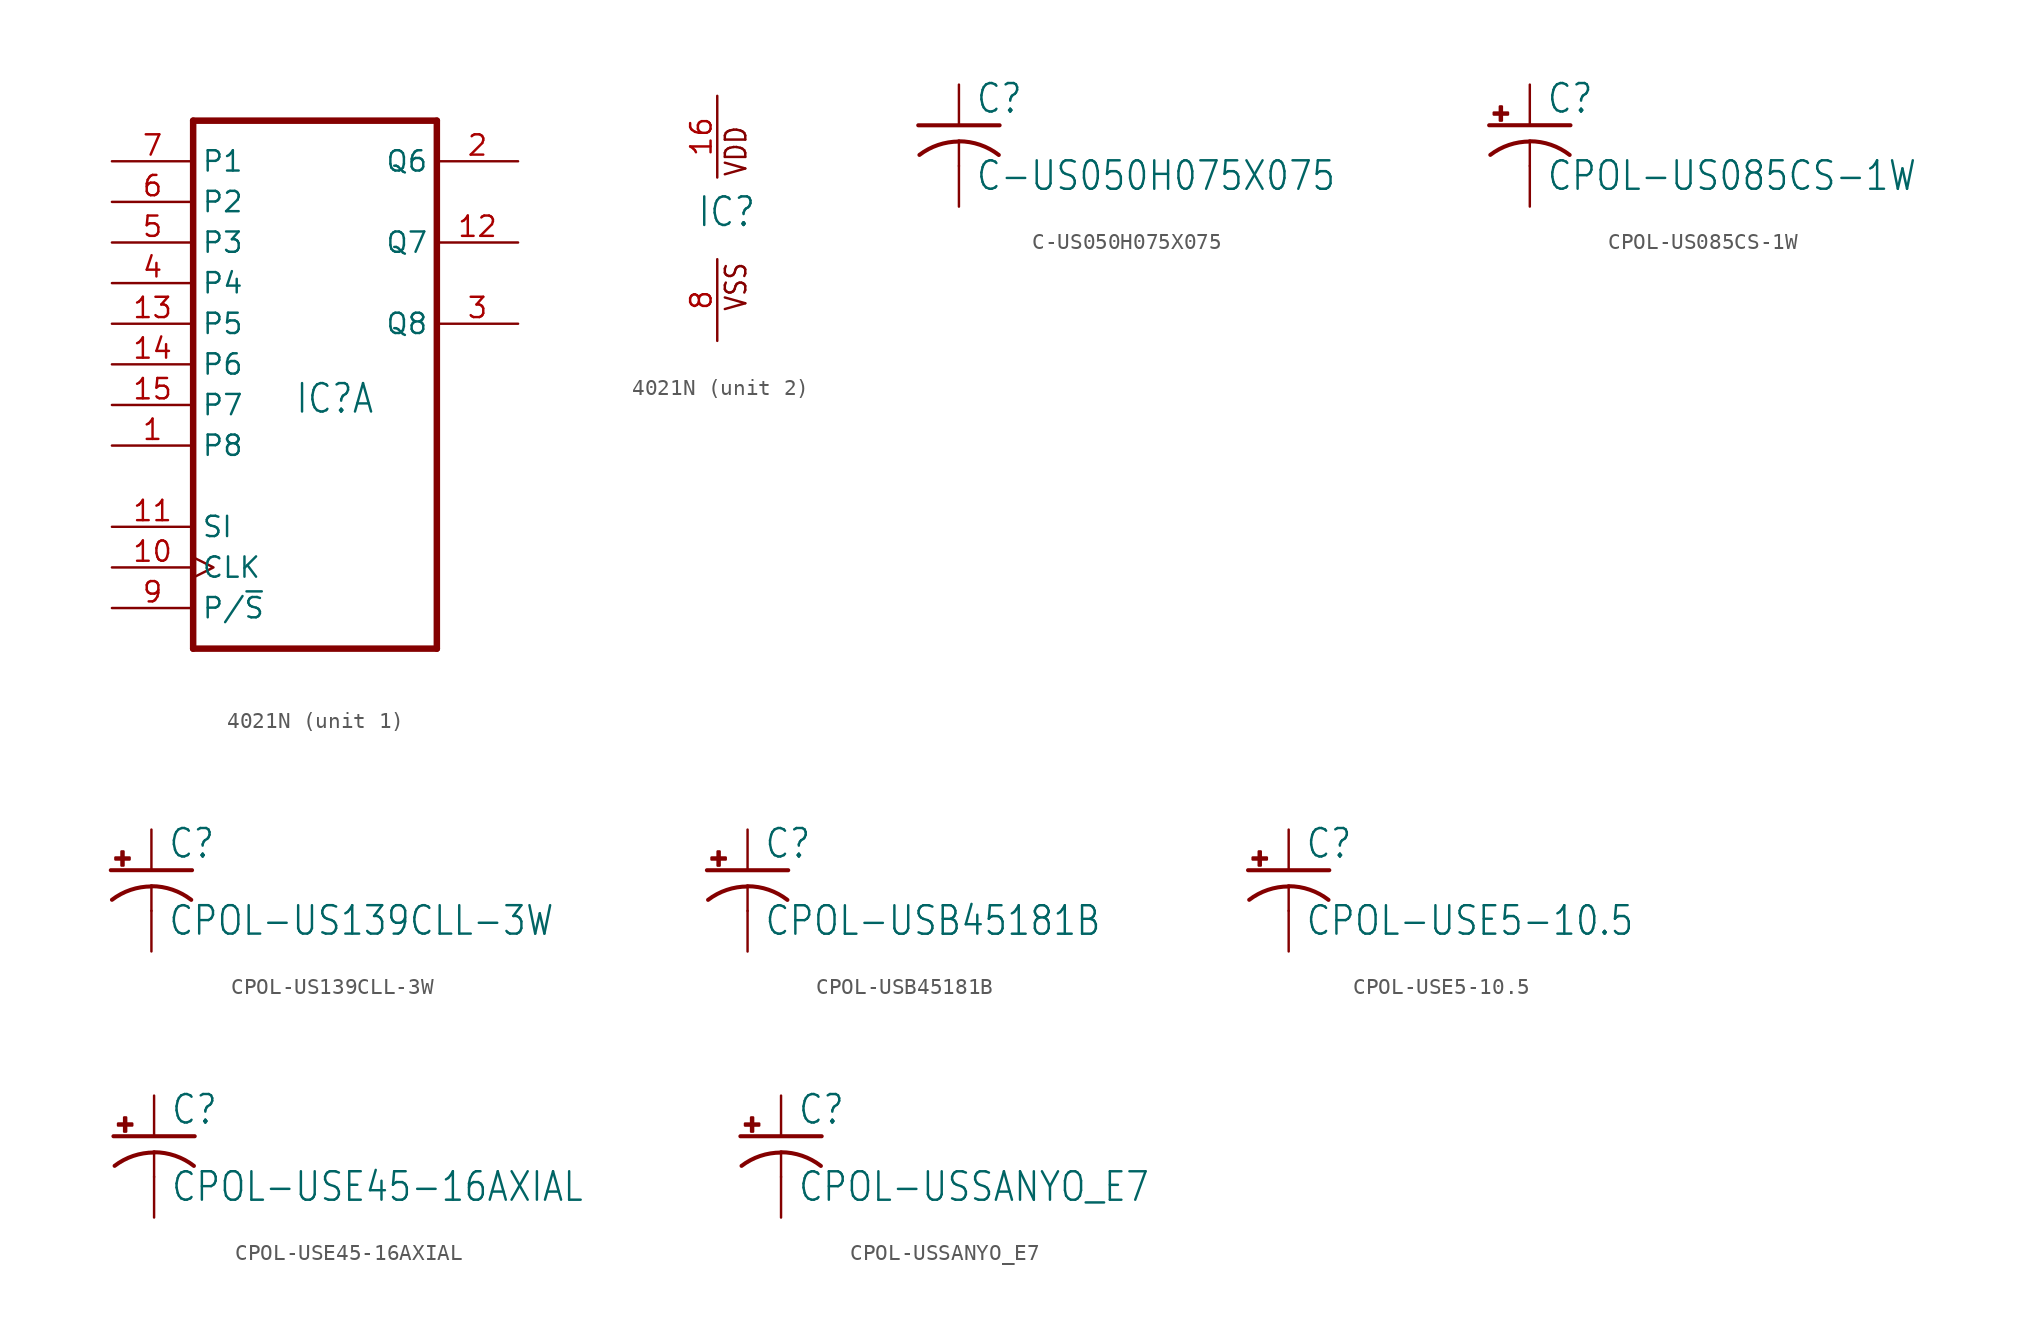
<source format=kicad_sym>
(kicad_symbol_lib
  (version 20211014)
  (generator kicad_symbol_editor)
  (symbol "4021N"
    (property "Reference" "IC"
      (at -1.27 -0.635 0)
      (effects (font (size 1.778 1.511)) (justify left bottom)))
    (property "ki_locked" ""
      (at 0 0 0)
      (effects (font (size 1.27 1.27))))
    (symbol "4021N_1_0"
      (polyline (pts (xy -7.62 -15.24) (xy 7.62 -15.24)) (stroke (width 0.406) (type default) (color 0 0 0 0)) (fill (type none)))
      (polyline (pts (xy -7.62 17.78) (xy -7.62 -15.24)) (stroke (width 0.406) (type default) (color 0 0 0 0)) (fill (type none)))
      (polyline (pts (xy 7.62 -15.24) (xy 7.62 17.78)) (stroke (width 0.406) (type default) (color 0 0 0 0)) (fill (type none)))
      (polyline (pts (xy 7.62 17.78) (xy -7.62 17.78)) (stroke (width 0.406) (type default) (color 0 0 0 0)) (fill (type none)))
      (pin input line (at -12.7 -2.54 0) (length 5.08) (name "P8" (effects (font (size 1.27 1.27)))) (number "1" (effects (font (size 1.27 1.27)))))
      (pin input clock (at -12.7 -10.16 0) (length 5.08) (name "CLK" (effects (font (size 1.27 1.27)))) (number "10" (effects (font (size 1.27 1.27)))))
      (pin input line (at -12.7 -7.62 0) (length 5.08) (name "SI" (effects (font (size 1.27 1.27)))) (number "11" (effects (font (size 1.27 1.27)))))
      (pin output line (at 12.7 10.16 180) (length 5.08) (name "Q7" (effects (font (size 1.27 1.27)))) (number "12" (effects (font (size 1.27 1.27)))))
      (pin input line (at -12.7 5.08 0) (length 5.08) (name "P5" (effects (font (size 1.27 1.27)))) (number "13" (effects (font (size 1.27 1.27)))))
      (pin input line (at -12.7 2.54 0) (length 5.08) (name "P6" (effects (font (size 1.27 1.27)))) (number "14" (effects (font (size 1.27 1.27)))))
      (pin input line (at -12.7 0 0) (length 5.08) (name "P7" (effects (font (size 1.27 1.27)))) (number "15" (effects (font (size 1.27 1.27)))))
      (pin output line (at 12.7 15.24 180) (length 5.08) (name "Q6" (effects (font (size 1.27 1.27)))) (number "2" (effects (font (size 1.27 1.27)))))
      (pin output line (at 12.7 5.08 180) (length 5.08) (name "Q8" (effects (font (size 1.27 1.27)))) (number "3" (effects (font (size 1.27 1.27)))))
      (pin input line (at -12.7 7.62 0) (length 5.08) (name "P4" (effects (font (size 1.27 1.27)))) (number "4" (effects (font (size 1.27 1.27)))))
      (pin input line (at -12.7 10.16 0) (length 5.08) (name "P3" (effects (font (size 1.27 1.27)))) (number "5" (effects (font (size 1.27 1.27)))))
      (pin input line (at -12.7 12.7 0) (length 5.08) (name "P2" (effects (font (size 1.27 1.27)))) (number "6" (effects (font (size 1.27 1.27)))))
      (pin input line (at -12.7 15.24 0) (length 5.08) (name "P1" (effects (font (size 1.27 1.27)))) (number "7" (effects (font (size 1.27 1.27)))))
      (pin input line (at -12.7 -12.7 0) (length 5.08) (name "P/~{S}" (effects (font (size 1.27 1.27)))) (number "9" (effects (font (size 1.27 1.27))))))
    (symbol "4021N_2_0"
      (text "VDD" (at 1.905 2.54 900) (effects (font (size 1.27 1.079)) (justify left bottom)))
      (text "VSS" (at 1.905 -5.842 900) (effects (font (size 1.27 1.079)) (justify left bottom)))
      (pin power_in line (at 0 7.62 270) (length 5.08) (name "VDD" (effects (font (size 0 0)))) (number "16" (effects (font (size 1.27 1.27)))))
      (pin power_in line (at 0 -7.62 90) (length 5.08) (name "VSS" (effects (font (size 0 0)))) (number "8" (effects (font (size 1.27 1.27)))))))
  (symbol "C-US050H075X075"
    (property "Reference" "C"
      (at 1.016 0.635 0)
      (effects (font (size 1.778 1.511)) (justify left bottom)))
    (property "Value" "C-US050H075X075"
      (at 1.016 -4.191 0)
      (effects (font (size 1.778 1.511)) (justify left bottom)))
    (property "ki_locked" ""
      (at 0 0 0)
      (effects (font (size 1.27 1.27))))
    (symbol "C-US050H075X075_1_0"
      (arc (start 0 -1.0161) (mid -1.302 -1.2303) (end -2.4668 -1.8504) (stroke (width 0.254) (type default) (color 0 0 0 0)) (fill (type none)))
      (polyline (pts (xy -2.54 0) (xy 2.54 0)) (stroke (width 0.254) (type default) (color 0 0 0 0)) (fill (type none)))
      (polyline (pts (xy 0 -1.016) (xy 0 -2.54)) (stroke (width 0.152) (type default) (color 0 0 0 0)) (fill (type none)))
      (arc (start 2.4892 -1.8542) (mid 1.3158 -1.2195) (end 0 -1) (stroke (width 0.254) (type default) (color 0 0 0 0)) (fill (type none)))
      (pin passive line (at 0 2.54 270) (length 2.54) (name "1" (effects (font (size 0 0)))) (number "1" (effects (font (size 0 0)))))
      (pin passive line (at 0 -5.08 90) (length 2.54) (name "2" (effects (font (size 0 0)))) (number "2" (effects (font (size 0 0)))))))
  (symbol "CPOL-US085CS-1W"
    (property "Reference" "C"
      (at 1.016 0.635 0)
      (effects (font (size 1.778 1.511)) (justify left bottom)))
    (property "Value" "CPOL-US085CS-1W"
      (at 1.016 -4.191 0)
      (effects (font (size 1.778 1.511)) (justify left bottom)))
    (property "ki_locked" ""
      (at 0 0 0)
      (effects (font (size 1.27 1.27))))
    (symbol "CPOL-US085CS-1W_1_0"
      (rectangle (start -2.253 0.668) (end -1.364 0.795) (stroke (width 0) (type default) (color 0 0 0 0)) (fill (type outline)))
      (rectangle (start -1.872 0.287) (end -1.745 1.176) (stroke (width 0) (type default) (color 0 0 0 0)) (fill (type outline)))
      (arc (start 0 -1.0161) (mid -1.3021 -1.2302) (end -2.4669 -1.8504) (stroke (width 0.254) (type default) (color 0 0 0 0)) (fill (type none)))
      (polyline (pts (xy -2.54 0) (xy 2.54 0)) (stroke (width 0.254) (type default) (color 0 0 0 0)) (fill (type none)))
      (polyline (pts (xy 0 -1.016) (xy 0 -2.54)) (stroke (width 0.152) (type default) (color 0 0 0 0)) (fill (type none)))
      (arc (start 2.4892 -1.8542) (mid 1.3158 -1.2195) (end 0 -1) (stroke (width 0.254) (type default) (color 0 0 0 0)) (fill (type none)))
      (pin passive line (at 0 2.54 270) (length 2.54) (name "+" (effects (font (size 0 0)))) (number "+" (effects (font (size 0 0)))))
      (pin passive line (at 0 -5.08 90) (length 2.54) (name "-" (effects (font (size 0 0)))) (number "-" (effects (font (size 0 0)))))))
  (symbol "CPOL-US139CLL-3W"
    (property "Reference" "C"
      (at 1.016 0.635 0)
      (effects (font (size 1.778 1.511)) (justify left bottom)))
    (property "Value" "CPOL-US139CLL-3W"
      (at 1.016 -4.191 0)
      (effects (font (size 1.778 1.511)) (justify left bottom)))
    (property "ki_locked" ""
      (at 0 0 0)
      (effects (font (size 1.27 1.27))))
    (symbol "CPOL-US139CLL-3W_1_0"
      (rectangle (start -2.253 0.668) (end -1.364 0.795) (stroke (width 0) (type default) (color 0 0 0 0)) (fill (type outline)))
      (rectangle (start -1.872 0.287) (end -1.745 1.176) (stroke (width 0) (type default) (color 0 0 0 0)) (fill (type outline)))
      (arc (start 0 -1.0161) (mid -1.3021 -1.2302) (end -2.4669 -1.8504) (stroke (width 0.254) (type default) (color 0 0 0 0)) (fill (type none)))
      (polyline (pts (xy -2.54 0) (xy 2.54 0)) (stroke (width 0.254) (type default) (color 0 0 0 0)) (fill (type none)))
      (polyline (pts (xy 0 -1.016) (xy 0 -2.54)) (stroke (width 0.152) (type default) (color 0 0 0 0)) (fill (type none)))
      (arc (start 2.4892 -1.8542) (mid 1.3158 -1.2195) (end 0 -1) (stroke (width 0.254) (type default) (color 0 0 0 0)) (fill (type none)))
      (pin passive line (at 0 2.54 270) (length 2.54) (name "+" (effects (font (size 0 0)))) (number "+" (effects (font (size 0 0)))))
      (pin passive line (at 0 -5.08 90) (length 2.54) (name "-" (effects (font (size 0 0)))) (number "-" (effects (font (size 0 0)))))))
  (symbol "CPOL-USB45181B"
    (property "Reference" "C"
      (at 1.016 0.635 0)
      (effects (font (size 1.778 1.511)) (justify left bottom)))
    (property "Value" "CPOL-USB45181B"
      (at 1.016 -4.191 0)
      (effects (font (size 1.778 1.511)) (justify left bottom)))
    (property "ki_locked" ""
      (at 0 0 0)
      (effects (font (size 1.27 1.27))))
    (symbol "CPOL-USB45181B_1_0"
      (rectangle (start -2.253 0.668) (end -1.364 0.795) (stroke (width 0) (type default) (color 0 0 0 0)) (fill (type outline)))
      (rectangle (start -1.872 0.287) (end -1.745 1.176) (stroke (width 0) (type default) (color 0 0 0 0)) (fill (type outline)))
      (arc (start 0 -1.0161) (mid -1.3021 -1.2302) (end -2.4669 -1.8504) (stroke (width 0.254) (type default) (color 0 0 0 0)) (fill (type none)))
      (polyline (pts (xy -2.54 0) (xy 2.54 0)) (stroke (width 0.254) (type default) (color 0 0 0 0)) (fill (type none)))
      (polyline (pts (xy 0 -1.016) (xy 0 -2.54)) (stroke (width 0.152) (type default) (color 0 0 0 0)) (fill (type none)))
      (arc (start 2.4892 -1.8542) (mid 1.3158 -1.2195) (end 0 -1) (stroke (width 0.254) (type default) (color 0 0 0 0)) (fill (type none)))
      (pin passive line (at 0 2.54 270) (length 2.54) (name "+" (effects (font (size 0 0)))) (number "+" (effects (font (size 0 0)))))
      (pin passive line (at 0 -5.08 90) (length 2.54) (name "-" (effects (font (size 0 0)))) (number "-" (effects (font (size 0 0)))))))
  (symbol "CPOL-USE5-10.5"
    (property "Reference" "C"
      (at 1.016 0.635 0)
      (effects (font (size 1.778 1.511)) (justify left bottom)))
    (property "Value" "CPOL-USE5-10.5"
      (at 1.016 -4.191 0)
      (effects (font (size 1.778 1.511)) (justify left bottom)))
    (property "ki_locked" ""
      (at 0 0 0)
      (effects (font (size 1.27 1.27))))
    (symbol "CPOL-USE5-10.5_1_0"
      (rectangle (start -2.253 0.668) (end -1.364 0.795) (stroke (width 0) (type default) (color 0 0 0 0)) (fill (type outline)))
      (rectangle (start -1.872 0.287) (end -1.745 1.176) (stroke (width 0) (type default) (color 0 0 0 0)) (fill (type outline)))
      (arc (start 0 -1.0161) (mid -1.3021 -1.2302) (end -2.4669 -1.8504) (stroke (width 0.254) (type default) (color 0 0 0 0)) (fill (type none)))
      (polyline (pts (xy -2.54 0) (xy 2.54 0)) (stroke (width 0.254) (type default) (color 0 0 0 0)) (fill (type none)))
      (polyline (pts (xy 0 -1.016) (xy 0 -2.54)) (stroke (width 0.152) (type default) (color 0 0 0 0)) (fill (type none)))
      (arc (start 2.4892 -1.8542) (mid 1.3158 -1.2195) (end 0 -1) (stroke (width 0.254) (type default) (color 0 0 0 0)) (fill (type none)))
      (pin passive line (at 0 2.54 270) (length 2.54) (name "+" (effects (font (size 0 0)))) (number "+" (effects (font (size 0 0)))))
      (pin passive line (at 0 -5.08 90) (length 2.54) (name "-" (effects (font (size 0 0)))) (number "-" (effects (font (size 0 0)))))))
  (symbol "CPOL-USE45-16AXIAL"
    (property "Reference" "C"
      (at 1.016 0.635 0)
      (effects (font (size 1.778 1.511)) (justify left bottom)))
    (property "Value" "CPOL-USE45-16AXIAL"
      (at 1.016 -4.191 0)
      (effects (font (size 1.778 1.511)) (justify left bottom)))
    (property "ki_locked" ""
      (at 0 0 0)
      (effects (font (size 1.27 1.27))))
    (symbol "CPOL-USE45-16AXIAL_1_0"
      (rectangle (start -2.253 0.668) (end -1.364 0.795) (stroke (width 0) (type default) (color 0 0 0 0)) (fill (type outline)))
      (rectangle (start -1.872 0.287) (end -1.745 1.176) (stroke (width 0) (type default) (color 0 0 0 0)) (fill (type outline)))
      (arc (start 0 -1.0161) (mid -1.3021 -1.2302) (end -2.4669 -1.8504) (stroke (width 0.254) (type default) (color 0 0 0 0)) (fill (type none)))
      (polyline (pts (xy -2.54 0) (xy 2.54 0)) (stroke (width 0.254) (type default) (color 0 0 0 0)) (fill (type none)))
      (polyline (pts (xy 0 -1.016) (xy 0 -2.54)) (stroke (width 0.152) (type default) (color 0 0 0 0)) (fill (type none)))
      (arc (start 2.4892 -1.8542) (mid 1.3158 -1.2195) (end 0 -1) (stroke (width 0.254) (type default) (color 0 0 0 0)) (fill (type none)))
      (pin passive line (at 0 2.54 270) (length 2.54) (name "+" (effects (font (size 0 0)))) (number "+" (effects (font (size 0 0)))))
      (pin passive line (at 0 -5.08 90) (length 2.54) (name "-" (effects (font (size 0 0)))) (number "-" (effects (font (size 0 0)))))))
  (symbol "CPOL-USSANYO_E7"
    (property "Reference" "C"
      (at 1.016 0.635 0)
      (effects (font (size 1.778 1.511)) (justify left bottom)))
    (property "Value" "CPOL-USSANYO_E7"
      (at 1.016 -4.191 0)
      (effects (font (size 1.778 1.511)) (justify left bottom)))
    (property "ki_locked" ""
      (at 0 0 0)
      (effects (font (size 1.27 1.27))))
    (symbol "CPOL-USSANYO_E7_1_0"
      (rectangle (start -2.253 0.668) (end -1.364 0.795) (stroke (width 0) (type default) (color 0 0 0 0)) (fill (type outline)))
      (rectangle (start -1.872 0.287) (end -1.745 1.176) (stroke (width 0) (type default) (color 0 0 0 0)) (fill (type outline)))
      (arc (start 0 -1.0161) (mid -1.3021 -1.2302) (end -2.4669 -1.8504) (stroke (width 0.254) (type default) (color 0 0 0 0)) (fill (type none)))
      (polyline (pts (xy -2.54 0) (xy 2.54 0)) (stroke (width 0.254) (type default) (color 0 0 0 0)) (fill (type none)))
      (polyline (pts (xy 0 -1.016) (xy 0 -2.54)) (stroke (width 0.152) (type default) (color 0 0 0 0)) (fill (type none)))
      (arc (start 2.4892 -1.8542) (mid 1.3158 -1.2195) (end 0 -1) (stroke (width 0.254) (type default) (color 0 0 0 0)) (fill (type none)))
      (pin passive line (at 0 2.54 270) (length 2.54) (name "+" (effects (font (size 0 0)))) (number "+" (effects (font (size 0 0)))))
      (pin passive line (at 0 -5.08 90) (length 2.54) (name "-" (effects (font (size 0 0)))) (number "-" (effects (font (size 0 0))))))))
</source>
